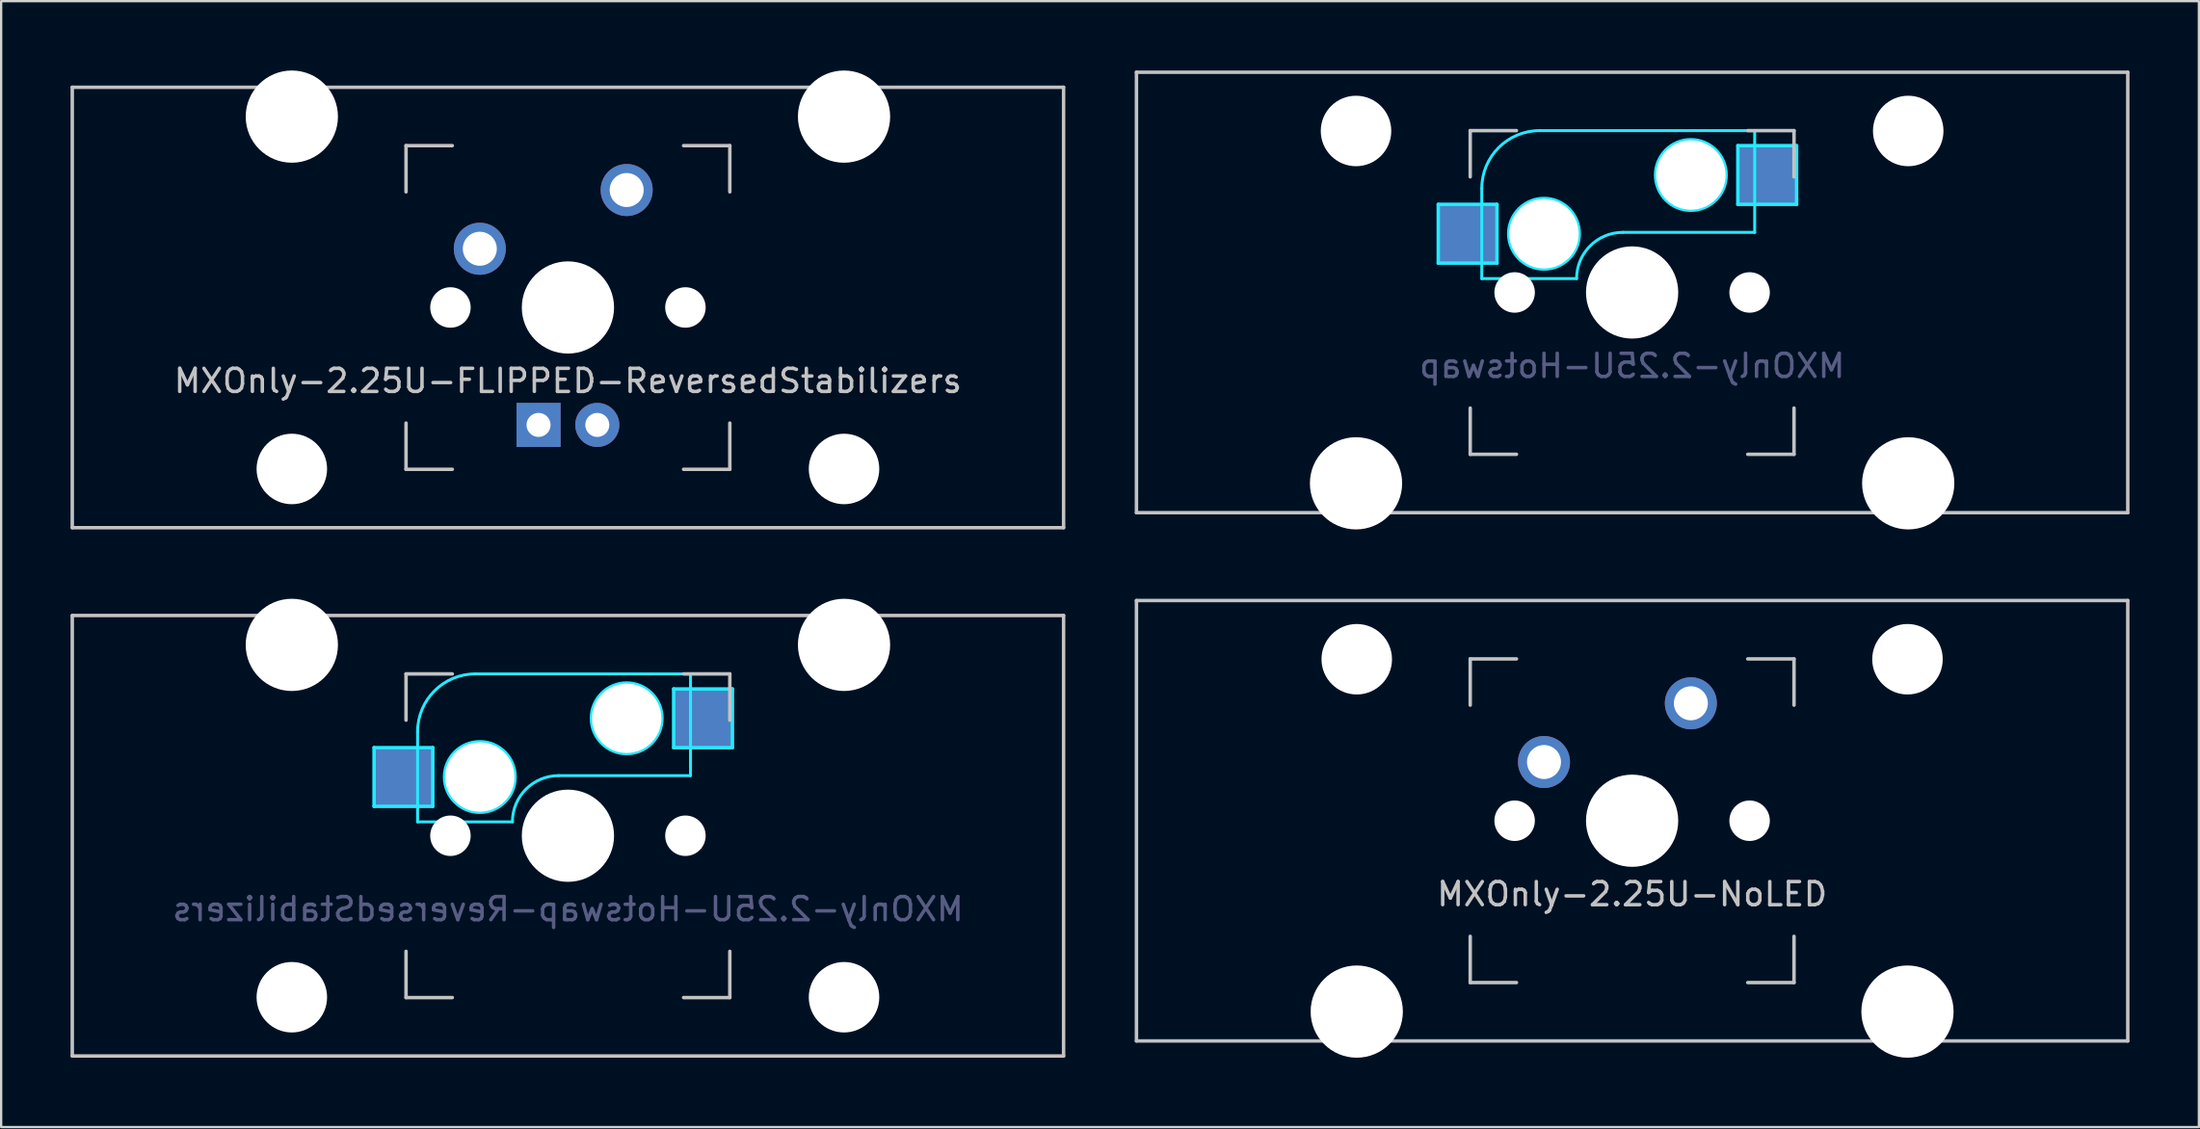
<source format=kicad_pcb>
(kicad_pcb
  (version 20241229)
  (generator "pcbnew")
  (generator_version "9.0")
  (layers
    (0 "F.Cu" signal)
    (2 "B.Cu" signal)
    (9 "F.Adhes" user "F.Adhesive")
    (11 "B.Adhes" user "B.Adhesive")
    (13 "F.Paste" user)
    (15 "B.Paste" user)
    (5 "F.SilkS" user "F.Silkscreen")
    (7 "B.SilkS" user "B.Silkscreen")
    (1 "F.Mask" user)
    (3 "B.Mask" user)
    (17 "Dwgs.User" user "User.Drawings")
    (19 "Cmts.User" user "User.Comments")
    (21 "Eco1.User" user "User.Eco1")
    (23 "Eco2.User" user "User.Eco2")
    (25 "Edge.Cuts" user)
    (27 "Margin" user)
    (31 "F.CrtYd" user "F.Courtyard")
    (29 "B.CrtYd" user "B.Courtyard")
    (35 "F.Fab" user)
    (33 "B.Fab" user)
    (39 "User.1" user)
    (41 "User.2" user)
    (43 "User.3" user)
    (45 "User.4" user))
  (footprint "MXOnly-2.25U-FLIPPED-ReversedStabilizers"
    (layer "F.Cu")
    (at 21.506 10.249)
    (property "Reference" "MXOnly-2.25U-FLIPPED-ReversedStabilizers" (at 0 3.175 0) (layer "Dwgs.User") (effects (font (size 1 1) (thickness 0.15))))
    (attr through_hole)
    (fp_line (start -21.431 -9.525) (end 21.431 -9.525) (stroke (width 0.15) (type solid)) (layer "Dwgs.User"))
    (fp_line (start -21.431 9.525) (end -21.431 -9.525) (stroke (width 0.15) (type solid)) (layer "Dwgs.User"))
    (fp_line (start -21.431 9.525) (end 21.431 9.525) (stroke (width 0.15) (type solid)) (layer "Dwgs.User"))
    (fp_line (start -7 -7) (end -7 -5) (stroke (width 0.15) (type solid)) (layer "Dwgs.User"))
    (fp_line (start -7 5) (end -7 7) (stroke (width 0.15) (type solid)) (layer "Dwgs.User"))
    (fp_line (start -7 7) (end -5 7) (stroke (width 0.15) (type solid)) (layer "Dwgs.User"))
    (fp_line (start -5 -7) (end -7 -7) (stroke (width 0.15) (type solid)) (layer "Dwgs.User"))
    (fp_line (start 5 -7) (end 7 -7) (stroke (width 0.15) (type solid)) (layer "Dwgs.User"))
    (fp_line (start 5 7) (end 7 7) (stroke (width 0.15) (type solid)) (layer "Dwgs.User"))
    (fp_line (start 7 -7) (end 7 -5) (stroke (width 0.15) (type solid)) (layer "Dwgs.User"))
    (fp_line (start 7 7) (end 7 5) (stroke (width 0.15) (type solid)) (layer "Dwgs.User"))
    (fp_line (start 21.431 -9.525) (end 21.431 9.525) (stroke (width 0.15) (type solid)) (layer "Dwgs.User"))
    (pad "" np_thru_hole circle (at -11.938 -8.255) (size 3.988 3.988) (drill 3.988) (layers "*.Cu" "*.Mask"))
    (pad "" np_thru_hole circle (at -11.938 6.985) (size 3.048 3.048) (drill 3.048) (layers "*.Cu" "*.Mask"))
    (pad "" np_thru_hole circle (at -5.08 0 48.1) (size 1.75 1.75) (drill 1.75) (layers "*.Cu" "*.Mask"))
    (pad "" np_thru_hole circle (at 0 0) (size 3.988 3.988) (drill 3.988) (layers "*.Cu" "*.Mask"))
    (pad "" np_thru_hole circle (at 5.08 0 48.1) (size 1.75 1.75) (drill 1.75) (layers "*.Cu" "*.Mask"))
    (pad "" np_thru_hole circle (at 11.938 -8.255) (size 3.988 3.988) (drill 3.988) (layers "*.Cu" "*.Mask"))
    (pad "" np_thru_hole circle (at 11.938 6.985) (size 3.048 3.048) (drill 3.048) (layers "*.Cu" "*.Mask"))
    (pad "1" thru_hole circle (at -3.81 -2.54) (size 2.25 2.25) (drill 1.47) (layers "*.Cu" "B.Mask"))
    (pad "2" thru_hole circle (at 2.54 -5.08) (size 2.25 2.25) (drill 1.47) (layers "*.Cu" "B.Mask"))
    (pad "3" thru_hole circle (at 1.27 5.08) (size 1.905 1.905) (drill 1.04) (layers "*.Cu" "B.Mask"))
    (pad "4" thru_hole rect (at -1.27 5.08) (size 1.905 1.905) (drill 1.04) (layers "*.Cu" "B.Mask")))
  (footprint "MXOnly-2.25U-NoLED"
    (layer "F.Cu")
    (at 67.519 32.449)
    (property "Reference" "MXOnly-2.25U-NoLED" (at 0 3.175 0) (layer "Dwgs.User") (effects (font (size 1 1) (thickness 0.15))))
    (attr through_hole)
    (fp_line (start -21.431 -9.525) (end 21.431 -9.525) (stroke (width 0.15) (type solid)) (layer "Dwgs.User"))
    (fp_line (start -21.431 9.525) (end -21.431 -9.525) (stroke (width 0.15) (type solid)) (layer "Dwgs.User"))
    (fp_line (start -21.431 9.525) (end 21.431 9.525) (stroke (width 0.15) (type solid)) (layer "Dwgs.User"))
    (fp_line (start -7 -7) (end -7 -5) (stroke (width 0.15) (type solid)) (layer "Dwgs.User"))
    (fp_line (start -7 5) (end -7 7) (stroke (width 0.15) (type solid)) (layer "Dwgs.User"))
    (fp_line (start -7 7) (end -5 7) (stroke (width 0.15) (type solid)) (layer "Dwgs.User"))
    (fp_line (start -5 -7) (end -7 -7) (stroke (width 0.15) (type solid)) (layer "Dwgs.User"))
    (fp_line (start 5 -7) (end 7 -7) (stroke (width 0.15) (type solid)) (layer "Dwgs.User"))
    (fp_line (start 5 7) (end 7 7) (stroke (width 0.15) (type solid)) (layer "Dwgs.User"))
    (fp_line (start 7 -7) (end 7 -5) (stroke (width 0.15) (type solid)) (layer "Dwgs.User"))
    (fp_line (start 7 7) (end 7 5) (stroke (width 0.15) (type solid)) (layer "Dwgs.User"))
    (fp_line (start 21.431 -9.525) (end 21.431 9.525) (stroke (width 0.15) (type solid)) (layer "Dwgs.User"))
    (pad "" np_thru_hole circle (at -11.906 -6.985) (size 3.048 3.048) (drill 3.048) (layers "*.Cu" "*.Mask"))
    (pad "" np_thru_hole circle (at -11.906 8.255) (size 3.988 3.988) (drill 3.988) (layers "*.Cu" "*.Mask"))
    (pad "" np_thru_hole circle (at -5.08 0 48.1) (size 1.75 1.75) (drill 1.75) (layers "*.Cu" "*.Mask"))
    (pad "" np_thru_hole circle (at 0 0) (size 3.988 3.988) (drill 3.988) (layers "*.Cu" "*.Mask"))
    (pad "" np_thru_hole circle (at 5.08 0 48.1) (size 1.75 1.75) (drill 1.75) (layers "*.Cu" "*.Mask"))
    (pad "" np_thru_hole circle (at 11.906 -6.985) (size 3.048 3.048) (drill 3.048) (layers "*.Cu" "*.Mask"))
    (pad "" np_thru_hole circle (at 11.906 8.255) (size 3.988 3.988) (drill 3.988) (layers "*.Cu" "*.Mask"))
    (pad "1" thru_hole circle (at -3.81 -2.54) (size 2.25 2.25) (drill 1.47) (layers "*.Cu" "B.Mask"))
    (pad "2" thru_hole circle (at 2.54 -5.08) (size 2.25 2.25) (drill 1.47) (layers "*.Cu" "B.Mask")))
  (footprint "MXOnly-2.25U-Hotswap-ReversedStabilizers"
    (layer "F.Cu")
    (at 21.506 33.098)
    (property "Reference" "MXOnly-2.25U-Hotswap-ReversedStabilizers" (at 0 3.175 0) (layer "B.Fab") (effects (font (size 1 1) (thickness 0.15)) (justify mirror)))
    (attr smd)
    (fp_line (start -21.431 -9.525) (end 21.431 -9.525) (stroke (width 0.15) (type solid)) (layer "Dwgs.User"))
    (fp_line (start -21.431 9.525) (end -21.431 -9.525) (stroke (width 0.15) (type solid)) (layer "Dwgs.User"))
    (fp_line (start -7 -7) (end -7 -5) (stroke (width 0.15) (type solid)) (layer "Dwgs.User"))
    (fp_line (start -7 5) (end -7 7) (stroke (width 0.15) (type solid)) (layer "Dwgs.User"))
    (fp_line (start -7 7) (end -5 7) (stroke (width 0.15) (type solid)) (layer "Dwgs.User"))
    (fp_line (start -5 -7) (end -7 -7) (stroke (width 0.15) (type solid)) (layer "Dwgs.User"))
    (fp_line (start 5 -7) (end 7 -7) (stroke (width 0.15) (type solid)) (layer "Dwgs.User"))
    (fp_line (start 5 7) (end 7 7) (stroke (width 0.15) (type solid)) (layer "Dwgs.User"))
    (fp_line (start 7 -7) (end 7 -5) (stroke (width 0.15) (type solid)) (layer "Dwgs.User"))
    (fp_line (start 7 7) (end 7 5) (stroke (width 0.15) (type solid)) (layer "Dwgs.User"))
    (fp_line (start 21.431 -9.525) (end 21.431 9.525) (stroke (width 0.15) (type solid)) (layer "Dwgs.User"))
    (fp_line (start 21.431 9.525) (end -21.431 9.525) (stroke (width 0.15) (type solid)) (layer "Dwgs.User"))
    (fp_line (start -8.382 -3.81) (end -5.842 -3.81) (stroke (width 0.15) (type solid)) (layer "B.CrtYd"))
    (fp_line (start -8.382 -1.27) (end -8.382 -3.81) (stroke (width 0.15) (type solid)) (layer "B.CrtYd"))
    (fp_line (start -6.5 -4.5) (end -6.5 -0.6) (stroke (width 0.127) (type solid)) (layer "B.CrtYd"))
    (fp_line (start -6.5 -0.6) (end -2.4 -0.6) (stroke (width 0.127) (type solid)) (layer "B.CrtYd"))
    (fp_line (start -5.842 -3.81) (end -5.842 -1.27) (stroke (width 0.15) (type solid)) (layer "B.CrtYd"))
    (fp_line (start -5.842 -1.27) (end -8.382 -1.27) (stroke (width 0.15) (type solid)) (layer "B.CrtYd"))
    (fp_line (start -0.4 -2.6) (end 5.3 -2.6) (stroke (width 0.127) (type solid)) (layer "B.CrtYd"))
    (fp_line (start 4.572 -6.35) (end 7.112 -6.35) (stroke (width 0.15) (type solid)) (layer "B.CrtYd"))
    (fp_line (start 4.572 -3.81) (end 4.572 -6.35) (stroke (width 0.15) (type solid)) (layer "B.CrtYd"))
    (fp_line (start 5.3 -7) (end -4 -7) (stroke (width 0.127) (type solid)) (layer "B.CrtYd"))
    (fp_line (start 5.3 -7) (end 5.3 -2.6) (stroke (width 0.127) (type solid)) (layer "B.CrtYd"))
    (fp_line (start 7.112 -6.35) (end 7.112 -3.81) (stroke (width 0.15) (type solid)) (layer "B.CrtYd"))
    (fp_line (start 7.112 -3.81) (end 4.572 -3.81) (stroke (width 0.15) (type solid)) (layer "B.CrtYd"))
    (fp_arc (start -6.5 -4.5) (mid -5.767767 -6.267767) (end -4 -7) (stroke (width 0.127) (type solid)) (layer "B.CrtYd"))
    (fp_arc (start -2.4 -0.6) (mid -1.814214 -2.014214) (end -0.4 -2.6) (stroke (width 0.127) (type solid)) (layer "B.CrtYd"))
    (fp_circle (center -3.81 -2.54) (end -3.81 -4.064) (stroke (width 0.15) (type solid)) (fill no) (layer "B.CrtYd"))
    (fp_circle (center 2.54 -5.08) (end 2.54 -6.604) (stroke (width 0.15) (type solid)) (fill no) (layer "B.CrtYd"))
    (pad "" np_thru_hole circle (at -11.938 -8.255) (size 3.988 3.988) (drill 3.988) (layers "*.Cu" "*.Mask"))
    (pad "" np_thru_hole circle (at -11.938 6.985) (size 3.048 3.048) (drill 3.048) (layers "*.Cu" "*.Mask"))
    (pad "" np_thru_hole circle (at -5.08 0 48.1) (size 1.75 1.75) (drill 1.75) (layers "*.Cu" "*.Mask"))
    (pad "" np_thru_hole circle (at -3.81 -2.54) (size 3 3) (drill 3) (layers "*.Cu" "*.Mask"))
    (pad "" np_thru_hole circle (at 0 0) (size 3.988 3.988) (drill 3.988) (layers "*.Cu" "*.Mask"))
    (pad "" np_thru_hole circle (at 2.54 -5.08) (size 3 3) (drill 3) (layers "*.Cu" "*.Mask"))
    (pad "" np_thru_hole circle (at 5.08 0 48.1) (size 1.75 1.75) (drill 1.75) (layers "*.Cu" "*.Mask"))
    (pad "" np_thru_hole circle (at 11.938 -8.255) (size 3.988 3.988) (drill 3.988) (layers "*.Cu" "*.Mask"))
    (pad "" np_thru_hole circle (at 11.938 6.985) (size 3.048 3.048) (drill 3.048) (layers "*.Cu" "*.Mask"))
    (pad "1" smd rect (at -7.085 -2.54) (size 2.55 2.5) (layers "B.Cu" "B.Mask" "B.Paste"))
    (pad "2" smd rect (at 5.842 -5.08) (size 2.55 2.5) (layers "B.Cu" "B.Mask" "B.Paste")))
  (footprint "MXOnly-2.25U-Hotswap"
    (layer "F.Cu")
    (at 67.519 9.6)
    (property "Reference" "MXOnly-2.25U-Hotswap" (at 0 3.175 0) (layer "B.Fab") (effects (font (size 1 1) (thickness 0.15)) (justify mirror)))
    (attr smd)
    (fp_line (start -21.431 -9.525) (end 21.431 -9.525) (stroke (width 0.15) (type solid)) (layer "Dwgs.User"))
    (fp_line (start -21.431 9.525) (end -21.431 -9.525) (stroke (width 0.15) (type solid)) (layer "Dwgs.User"))
    (fp_line (start -7 -7) (end -7 -5) (stroke (width 0.15) (type solid)) (layer "Dwgs.User"))
    (fp_line (start -7 5) (end -7 7) (stroke (width 0.15) (type solid)) (layer "Dwgs.User"))
    (fp_line (start -7 7) (end -5 7) (stroke (width 0.15) (type solid)) (layer "Dwgs.User"))
    (fp_line (start -5 -7) (end -7 -7) (stroke (width 0.15) (type solid)) (layer "Dwgs.User"))
    (fp_line (start 5 -7) (end 7 -7) (stroke (width 0.15) (type solid)) (layer "Dwgs.User"))
    (fp_line (start 5 7) (end 7 7) (stroke (width 0.15) (type solid)) (layer "Dwgs.User"))
    (fp_line (start 7 -7) (end 7 -5) (stroke (width 0.15) (type solid)) (layer "Dwgs.User"))
    (fp_line (start 7 7) (end 7 5) (stroke (width 0.15) (type solid)) (layer "Dwgs.User"))
    (fp_line (start 21.431 -9.525) (end 21.431 9.525) (stroke (width 0.15) (type solid)) (layer "Dwgs.User"))
    (fp_line (start 21.431 9.525) (end -21.431 9.525) (stroke (width 0.15) (type solid)) (layer "Dwgs.User"))
    (fp_line (start -8.382 -3.81) (end -5.842 -3.81) (stroke (width 0.15) (type solid)) (layer "B.CrtYd"))
    (fp_line (start -8.382 -1.27) (end -8.382 -3.81) (stroke (width 0.15) (type solid)) (layer "B.CrtYd"))
    (fp_line (start -6.5 -4.5) (end -6.5 -0.6) (stroke (width 0.127) (type solid)) (layer "B.CrtYd"))
    (fp_line (start -6.5 -0.6) (end -2.4 -0.6) (stroke (width 0.127) (type solid)) (layer "B.CrtYd"))
    (fp_line (start -5.842 -3.81) (end -5.842 -1.27) (stroke (width 0.15) (type solid)) (layer "B.CrtYd"))
    (fp_line (start -5.842 -1.27) (end -8.382 -1.27) (stroke (width 0.15) (type solid)) (layer "B.CrtYd"))
    (fp_line (start -0.4 -2.6) (end 5.3 -2.6) (stroke (width 0.127) (type solid)) (layer "B.CrtYd"))
    (fp_line (start 4.572 -6.35) (end 7.112 -6.35) (stroke (width 0.15) (type solid)) (layer "B.CrtYd"))
    (fp_line (start 4.572 -3.81) (end 4.572 -6.35) (stroke (width 0.15) (type solid)) (layer "B.CrtYd"))
    (fp_line (start 5.3 -7) (end -4 -7) (stroke (width 0.127) (type solid)) (layer "B.CrtYd"))
    (fp_line (start 5.3 -7) (end 5.3 -2.6) (stroke (width 0.127) (type solid)) (layer "B.CrtYd"))
    (fp_line (start 7.112 -6.35) (end 7.112 -3.81) (stroke (width 0.15) (type solid)) (layer "B.CrtYd"))
    (fp_line (start 7.112 -3.81) (end 4.572 -3.81) (stroke (width 0.15) (type solid)) (layer "B.CrtYd"))
    (fp_arc (start -6.5 -4.5) (mid -5.767767 -6.267767) (end -4 -7) (stroke (width 0.127) (type solid)) (layer "B.CrtYd"))
    (fp_arc (start -2.4 -0.6) (mid -1.814214 -2.014214) (end -0.4 -2.6) (stroke (width 0.127) (type solid)) (layer "B.CrtYd"))
    (fp_circle (center -3.81 -2.54) (end -3.81 -4.064) (stroke (width 0.15) (type solid)) (fill no) (layer "B.CrtYd"))
    (fp_circle (center 2.54 -5.08) (end 2.54 -6.604) (stroke (width 0.15) (type solid)) (fill no) (layer "B.CrtYd"))
    (pad "" np_thru_hole circle (at -11.938 -6.985) (size 3.048 3.048) (drill 3.048) (layers "*.Cu" "*.Mask"))
    (pad "" np_thru_hole circle (at -11.938 8.255) (size 3.988 3.988) (drill 3.988) (layers "*.Cu" "*.Mask"))
    (pad "" np_thru_hole circle (at -5.08 0 48.1) (size 1.75 1.75) (drill 1.75) (layers "*.Cu" "*.Mask"))
    (pad "" np_thru_hole circle (at -3.81 -2.54) (size 3 3) (drill 3) (layers "*.Cu" "*.Mask"))
    (pad "" np_thru_hole circle (at 0 0) (size 3.988 3.988) (drill 3.988) (layers "*.Cu" "*.Mask"))
    (pad "" np_thru_hole circle (at 2.54 -5.08) (size 3 3) (drill 3) (layers "*.Cu" "*.Mask"))
    (pad "" np_thru_hole circle (at 5.08 0 48.1) (size 1.75 1.75) (drill 1.75) (layers "*.Cu" "*.Mask"))
    (pad "" np_thru_hole circle (at 11.938 -6.985) (size 3.048 3.048) (drill 3.048) (layers "*.Cu" "*.Mask"))
    (pad "" np_thru_hole circle (at 11.938 8.255) (size 3.988 3.988) (drill 3.988) (layers "*.Cu" "*.Mask"))
    (pad "1" smd rect (at -7.085 -2.54) (size 2.55 2.5) (layers "B.Cu" "B.Mask" "B.Paste"))
    (pad "2" smd rect (at 5.842 -5.08) (size 2.55 2.5) (layers "B.Cu" "B.Mask" "B.Paste")))
  (gr_rect
    (start -3 -3)
    (end 92.025 45.698)
    (stroke (width 0.1) (type default))
    (fill no)
    (layer "Edge.Cuts")))
</source>
